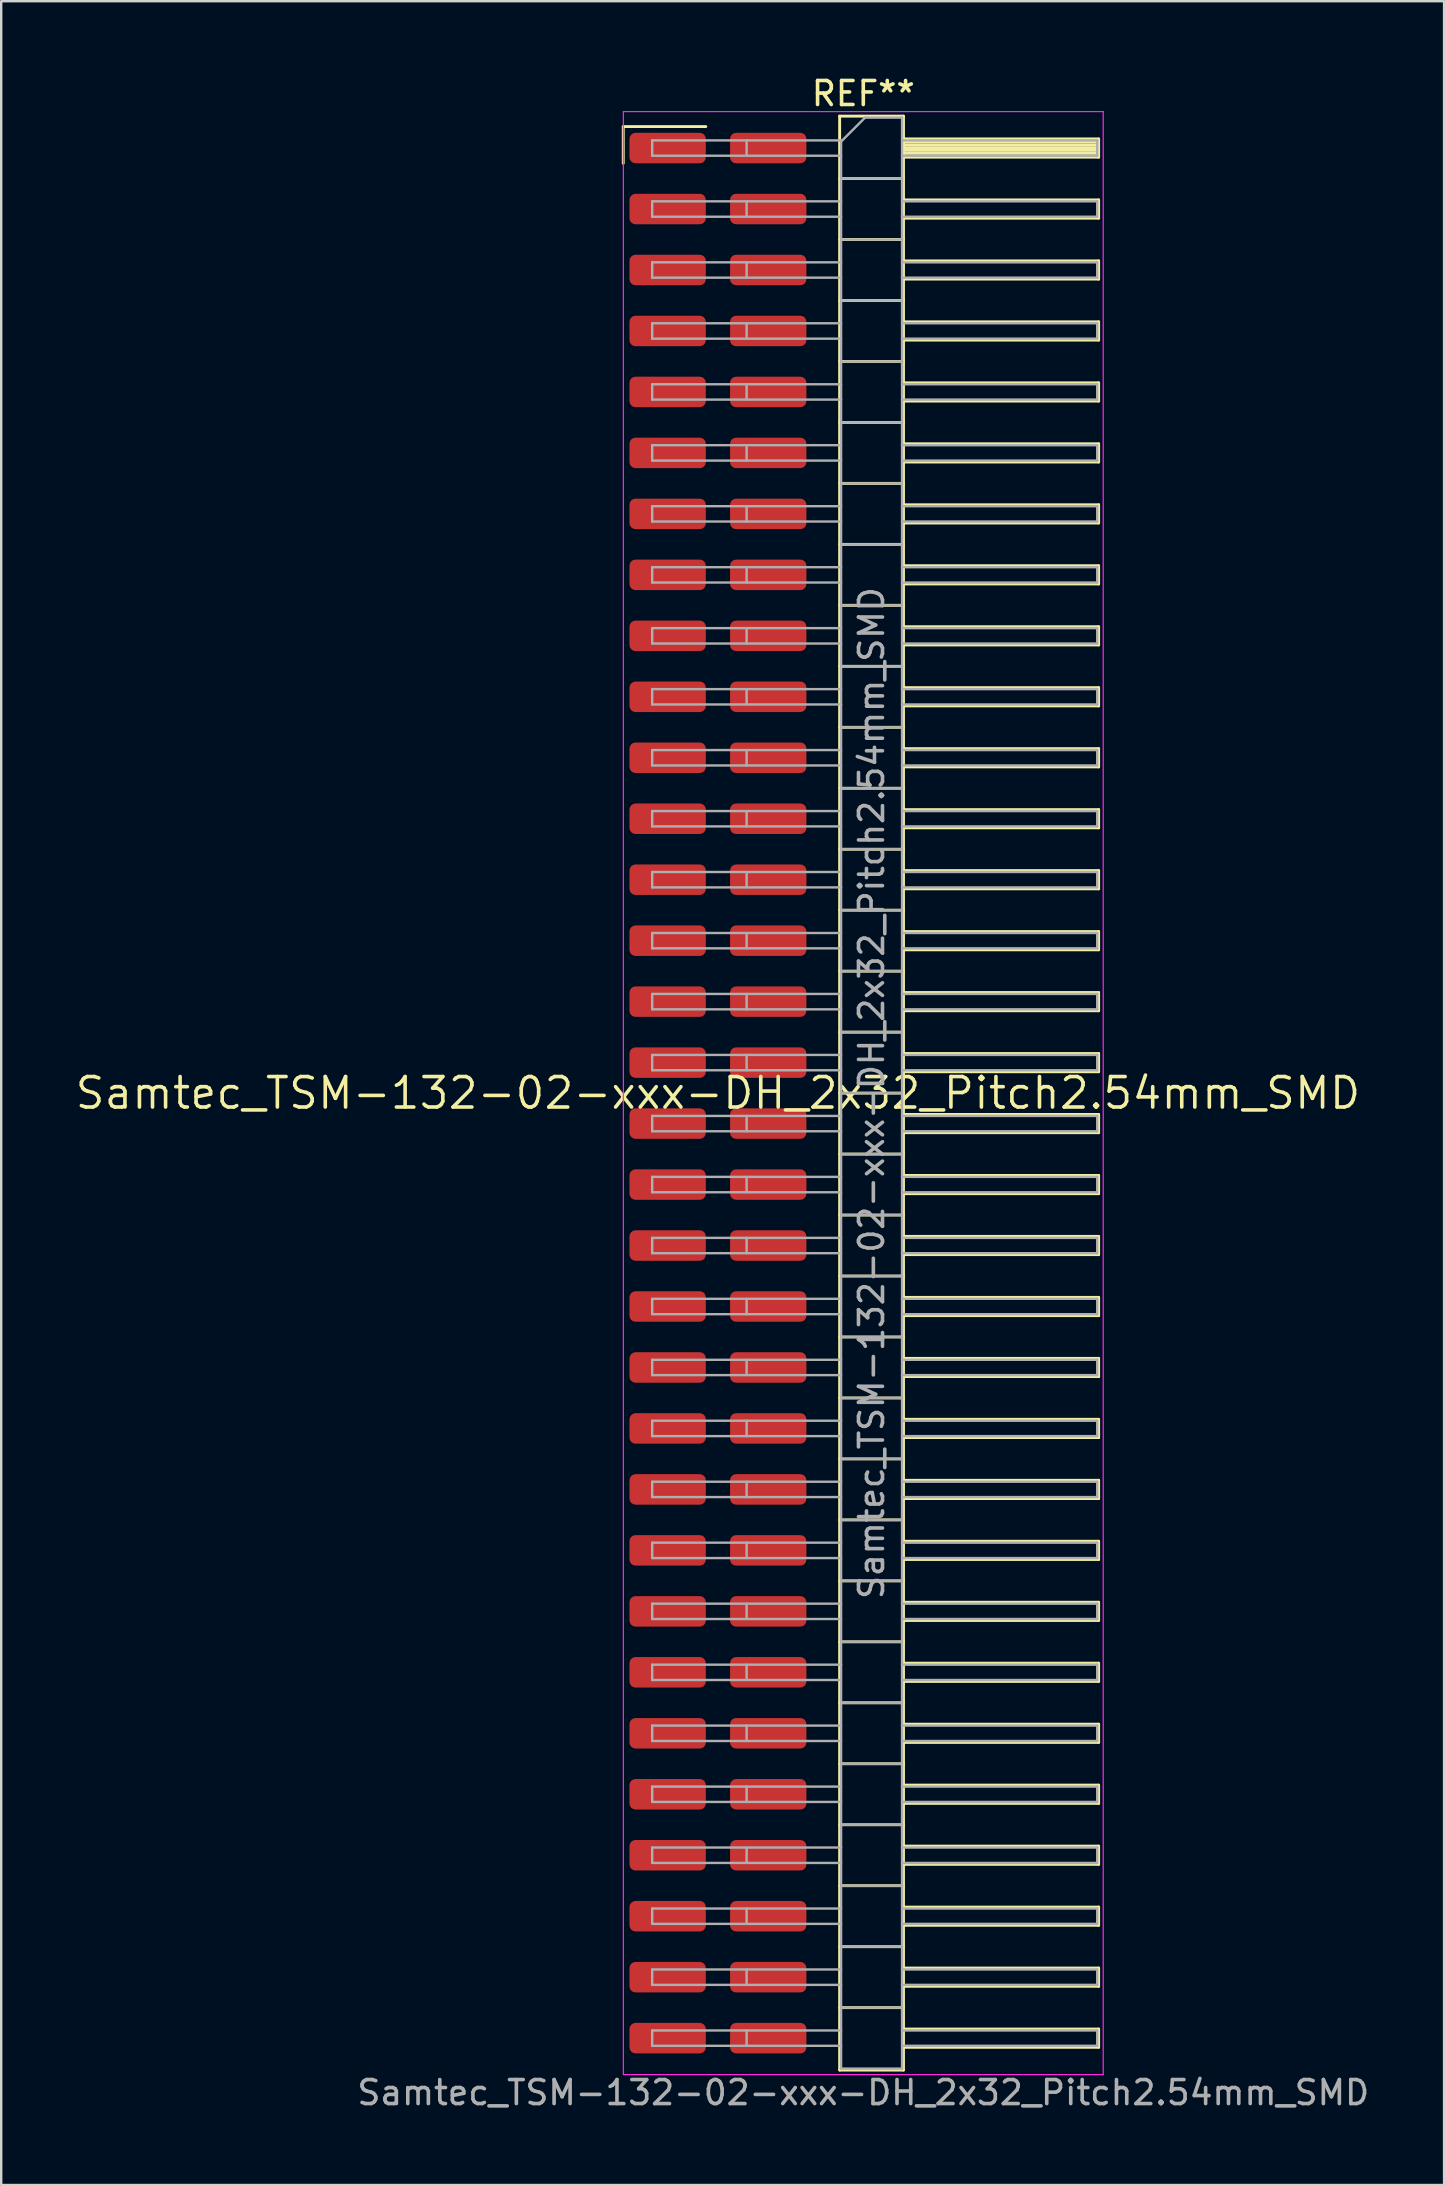
<source format=kicad_pcb>
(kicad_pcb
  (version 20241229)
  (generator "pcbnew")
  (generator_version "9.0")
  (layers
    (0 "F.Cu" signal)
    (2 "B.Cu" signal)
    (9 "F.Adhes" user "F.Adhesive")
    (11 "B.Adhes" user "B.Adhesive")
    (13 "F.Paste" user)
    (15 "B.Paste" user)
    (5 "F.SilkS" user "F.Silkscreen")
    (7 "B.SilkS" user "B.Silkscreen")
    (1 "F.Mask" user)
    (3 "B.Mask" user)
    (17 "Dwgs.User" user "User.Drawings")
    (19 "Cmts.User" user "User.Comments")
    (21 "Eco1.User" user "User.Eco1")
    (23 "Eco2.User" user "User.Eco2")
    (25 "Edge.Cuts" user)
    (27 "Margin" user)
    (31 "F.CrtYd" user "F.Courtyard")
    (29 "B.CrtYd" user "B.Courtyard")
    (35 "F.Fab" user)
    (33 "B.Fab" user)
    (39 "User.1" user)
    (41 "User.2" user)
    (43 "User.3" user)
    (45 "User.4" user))
  (footprint "Samtec_TSM-132-02-xxx-DH_2x32_Pitch2.54mm_SMD"
    (layer "F.Cu")
    (at 26.859 42.488)
    (property "Reference" "Samtec_TSM-132-02-xxx-DH_2x32_Pitch2.54mm_SMD" (at 0 0 0) (layer "F.SilkS") (effects (font (size 1.27 1.27) (thickness 0.15))))
    (attr smd)
    (fp_line (start -3.945 -40.265) (end -0.505 -40.265) (stroke (width 0.12) (type solid)) (layer "F.SilkS"))
    (fp_line (start -3.945 -38.735) (end -3.945 -40.265) (stroke (width 0.12) (type solid)) (layer "F.SilkS"))
    (fp_line (start 5.07 -40.7) (end 7.73 -40.7) (stroke (width 0.12) (type solid)) (layer "F.SilkS"))
    (fp_line (start 5.07 -38.1) (end 7.73 -38.1) (stroke (width 0.12) (type solid)) (layer "F.SilkS"))
    (fp_line (start 5.07 -35.56) (end 7.73 -35.56) (stroke (width 0.12) (type solid)) (layer "F.SilkS"))
    (fp_line (start 5.07 -33.02) (end 7.73 -33.02) (stroke (width 0.12) (type solid)) (layer "F.SilkS"))
    (fp_line (start 5.07 -30.48) (end 7.73 -30.48) (stroke (width 0.12) (type solid)) (layer "F.SilkS"))
    (fp_line (start 5.07 -27.94) (end 7.73 -27.94) (stroke (width 0.12) (type solid)) (layer "F.SilkS"))
    (fp_line (start 5.07 -25.4) (end 7.73 -25.4) (stroke (width 0.12) (type solid)) (layer "F.SilkS"))
    (fp_line (start 5.07 -22.86) (end 7.73 -22.86) (stroke (width 0.12) (type solid)) (layer "F.SilkS"))
    (fp_line (start 5.07 -20.32) (end 7.73 -20.32) (stroke (width 0.12) (type solid)) (layer "F.SilkS"))
    (fp_line (start 5.07 -17.78) (end 7.73 -17.78) (stroke (width 0.12) (type solid)) (layer "F.SilkS"))
    (fp_line (start 5.07 -15.24) (end 7.73 -15.24) (stroke (width 0.12) (type solid)) (layer "F.SilkS"))
    (fp_line (start 5.07 -12.7) (end 7.73 -12.7) (stroke (width 0.12) (type solid)) (layer "F.SilkS"))
    (fp_line (start 5.07 -10.16) (end 7.73 -10.16) (stroke (width 0.12) (type solid)) (layer "F.SilkS"))
    (fp_line (start 5.07 -7.62) (end 7.73 -7.62) (stroke (width 0.12) (type solid)) (layer "F.SilkS"))
    (fp_line (start 5.07 -5.08) (end 7.73 -5.08) (stroke (width 0.12) (type solid)) (layer "F.SilkS"))
    (fp_line (start 5.07 -2.54) (end 7.73 -2.54) (stroke (width 0.12) (type solid)) (layer "F.SilkS"))
    (fp_line (start 5.07 0) (end 7.73 0) (stroke (width 0.12) (type solid)) (layer "F.SilkS"))
    (fp_line (start 5.07 2.54) (end 7.73 2.54) (stroke (width 0.12) (type solid)) (layer "F.SilkS"))
    (fp_line (start 5.07 5.08) (end 7.73 5.08) (stroke (width 0.12) (type solid)) (layer "F.SilkS"))
    (fp_line (start 5.07 7.62) (end 7.73 7.62) (stroke (width 0.12) (type solid)) (layer "F.SilkS"))
    (fp_line (start 5.07 10.16) (end 7.73 10.16) (stroke (width 0.12) (type solid)) (layer "F.SilkS"))
    (fp_line (start 5.07 12.7) (end 7.73 12.7) (stroke (width 0.12) (type solid)) (layer "F.SilkS"))
    (fp_line (start 5.07 15.24) (end 7.73 15.24) (stroke (width 0.12) (type solid)) (layer "F.SilkS"))
    (fp_line (start 5.07 17.78) (end 7.73 17.78) (stroke (width 0.12) (type solid)) (layer "F.SilkS"))
    (fp_line (start 5.07 20.32) (end 7.73 20.32) (stroke (width 0.12) (type solid)) (layer "F.SilkS"))
    (fp_line (start 5.07 22.86) (end 7.73 22.86) (stroke (width 0.12) (type solid)) (layer "F.SilkS"))
    (fp_line (start 5.07 25.4) (end 7.73 25.4) (stroke (width 0.12) (type solid)) (layer "F.SilkS"))
    (fp_line (start 5.07 27.94) (end 7.73 27.94) (stroke (width 0.12) (type solid)) (layer "F.SilkS"))
    (fp_line (start 5.07 30.48) (end 7.73 30.48) (stroke (width 0.12) (type solid)) (layer "F.SilkS"))
    (fp_line (start 5.07 33.02) (end 7.73 33.02) (stroke (width 0.12) (type solid)) (layer "F.SilkS"))
    (fp_line (start 5.07 35.56) (end 7.73 35.56) (stroke (width 0.12) (type solid)) (layer "F.SilkS"))
    (fp_line (start 5.07 38.1) (end 7.73 38.1) (stroke (width 0.12) (type solid)) (layer "F.SilkS"))
    (fp_line (start 5.07 40.7) (end 5.07 -40.7) (stroke (width 0.12) (type solid)) (layer "F.SilkS"))
    (fp_line (start 7.73 -40.7) (end 7.73 40.7) (stroke (width 0.12) (type solid)) (layer "F.SilkS"))
    (fp_line (start 7.73 -39.75) (end 15.86 -39.75) (stroke (width 0.12) (type solid)) (layer "F.SilkS"))
    (fp_line (start 7.73 -39.63) (end 15.86 -39.63) (stroke (width 0.12) (type solid)) (layer "F.SilkS"))
    (fp_line (start 7.73 -39.51) (end 15.86 -39.51) (stroke (width 0.12) (type solid)) (layer "F.SilkS"))
    (fp_line (start 7.73 -39.39) (end 15.86 -39.39) (stroke (width 0.12) (type solid)) (layer "F.SilkS"))
    (fp_line (start 7.73 -39.27) (end 15.86 -39.27) (stroke (width 0.12) (type solid)) (layer "F.SilkS"))
    (fp_line (start 7.73 -39.15) (end 15.86 -39.15) (stroke (width 0.12) (type solid)) (layer "F.SilkS"))
    (fp_line (start 7.73 -39.03) (end 15.86 -39.03) (stroke (width 0.12) (type solid)) (layer "F.SilkS"))
    (fp_line (start 7.73 -38.99) (end 15.86 -38.99) (stroke (width 0.12) (type solid)) (layer "F.SilkS"))
    (fp_line (start 7.73 -37.21) (end 15.86 -37.21) (stroke (width 0.12) (type solid)) (layer "F.SilkS"))
    (fp_line (start 7.73 -36.45) (end 15.86 -36.45) (stroke (width 0.12) (type solid)) (layer "F.SilkS"))
    (fp_line (start 7.73 -34.67) (end 15.86 -34.67) (stroke (width 0.12) (type solid)) (layer "F.SilkS"))
    (fp_line (start 7.73 -33.91) (end 15.86 -33.91) (stroke (width 0.12) (type solid)) (layer "F.SilkS"))
    (fp_line (start 7.73 -32.13) (end 15.86 -32.13) (stroke (width 0.12) (type solid)) (layer "F.SilkS"))
    (fp_line (start 7.73 -31.37) (end 15.86 -31.37) (stroke (width 0.12) (type solid)) (layer "F.SilkS"))
    (fp_line (start 7.73 -29.59) (end 15.86 -29.59) (stroke (width 0.12) (type solid)) (layer "F.SilkS"))
    (fp_line (start 7.73 -28.83) (end 15.86 -28.83) (stroke (width 0.12) (type solid)) (layer "F.SilkS"))
    (fp_line (start 7.73 -27.05) (end 15.86 -27.05) (stroke (width 0.12) (type solid)) (layer "F.SilkS"))
    (fp_line (start 7.73 -26.29) (end 15.86 -26.29) (stroke (width 0.12) (type solid)) (layer "F.SilkS"))
    (fp_line (start 7.73 -24.51) (end 15.86 -24.51) (stroke (width 0.12) (type solid)) (layer "F.SilkS"))
    (fp_line (start 7.73 -23.75) (end 15.86 -23.75) (stroke (width 0.12) (type solid)) (layer "F.SilkS"))
    (fp_line (start 7.73 -21.97) (end 15.86 -21.97) (stroke (width 0.12) (type solid)) (layer "F.SilkS"))
    (fp_line (start 7.73 -21.21) (end 15.86 -21.21) (stroke (width 0.12) (type solid)) (layer "F.SilkS"))
    (fp_line (start 7.73 -19.43) (end 15.86 -19.43) (stroke (width 0.12) (type solid)) (layer "F.SilkS"))
    (fp_line (start 7.73 -18.67) (end 15.86 -18.67) (stroke (width 0.12) (type solid)) (layer "F.SilkS"))
    (fp_line (start 7.73 -16.89) (end 15.86 -16.89) (stroke (width 0.12) (type solid)) (layer "F.SilkS"))
    (fp_line (start 7.73 -16.13) (end 15.86 -16.13) (stroke (width 0.12) (type solid)) (layer "F.SilkS"))
    (fp_line (start 7.73 -14.35) (end 15.86 -14.35) (stroke (width 0.12) (type solid)) (layer "F.SilkS"))
    (fp_line (start 7.73 -13.59) (end 15.86 -13.59) (stroke (width 0.12) (type solid)) (layer "F.SilkS"))
    (fp_line (start 7.73 -11.81) (end 15.86 -11.81) (stroke (width 0.12) (type solid)) (layer "F.SilkS"))
    (fp_line (start 7.73 -11.05) (end 15.86 -11.05) (stroke (width 0.12) (type solid)) (layer "F.SilkS"))
    (fp_line (start 7.73 -9.27) (end 15.86 -9.27) (stroke (width 0.12) (type solid)) (layer "F.SilkS"))
    (fp_line (start 7.73 -8.51) (end 15.86 -8.51) (stroke (width 0.12) (type solid)) (layer "F.SilkS"))
    (fp_line (start 7.73 -6.73) (end 15.86 -6.73) (stroke (width 0.12) (type solid)) (layer "F.SilkS"))
    (fp_line (start 7.73 -5.97) (end 15.86 -5.97) (stroke (width 0.12) (type solid)) (layer "F.SilkS"))
    (fp_line (start 7.73 -4.19) (end 15.86 -4.19) (stroke (width 0.12) (type solid)) (layer "F.SilkS"))
    (fp_line (start 7.73 -3.43) (end 15.86 -3.43) (stroke (width 0.12) (type solid)) (layer "F.SilkS"))
    (fp_line (start 7.73 -1.65) (end 15.86 -1.65) (stroke (width 0.12) (type solid)) (layer "F.SilkS"))
    (fp_line (start 7.73 -0.89) (end 15.86 -0.89) (stroke (width 0.12) (type solid)) (layer "F.SilkS"))
    (fp_line (start 7.73 0.89) (end 15.86 0.89) (stroke (width 0.12) (type solid)) (layer "F.SilkS"))
    (fp_line (start 7.73 1.65) (end 15.86 1.65) (stroke (width 0.12) (type solid)) (layer "F.SilkS"))
    (fp_line (start 7.73 3.43) (end 15.86 3.43) (stroke (width 0.12) (type solid)) (layer "F.SilkS"))
    (fp_line (start 7.73 4.19) (end 15.86 4.19) (stroke (width 0.12) (type solid)) (layer "F.SilkS"))
    (fp_line (start 7.73 5.97) (end 15.86 5.97) (stroke (width 0.12) (type solid)) (layer "F.SilkS"))
    (fp_line (start 7.73 6.73) (end 15.86 6.73) (stroke (width 0.12) (type solid)) (layer "F.SilkS"))
    (fp_line (start 7.73 8.51) (end 15.86 8.51) (stroke (width 0.12) (type solid)) (layer "F.SilkS"))
    (fp_line (start 7.73 9.27) (end 15.86 9.27) (stroke (width 0.12) (type solid)) (layer "F.SilkS"))
    (fp_line (start 7.73 11.05) (end 15.86 11.05) (stroke (width 0.12) (type solid)) (layer "F.SilkS"))
    (fp_line (start 7.73 11.81) (end 15.86 11.81) (stroke (width 0.12) (type solid)) (layer "F.SilkS"))
    (fp_line (start 7.73 13.59) (end 15.86 13.59) (stroke (width 0.12) (type solid)) (layer "F.SilkS"))
    (fp_line (start 7.73 14.35) (end 15.86 14.35) (stroke (width 0.12) (type solid)) (layer "F.SilkS"))
    (fp_line (start 7.73 16.13) (end 15.86 16.13) (stroke (width 0.12) (type solid)) (layer "F.SilkS"))
    (fp_line (start 7.73 16.89) (end 15.86 16.89) (stroke (width 0.12) (type solid)) (layer "F.SilkS"))
    (fp_line (start 7.73 18.67) (end 15.86 18.67) (stroke (width 0.12) (type solid)) (layer "F.SilkS"))
    (fp_line (start 7.73 19.43) (end 15.86 19.43) (stroke (width 0.12) (type solid)) (layer "F.SilkS"))
    (fp_line (start 7.73 21.21) (end 15.86 21.21) (stroke (width 0.12) (type solid)) (layer "F.SilkS"))
    (fp_line (start 7.73 21.97) (end 15.86 21.97) (stroke (width 0.12) (type solid)) (layer "F.SilkS"))
    (fp_line (start 7.73 23.75) (end 15.86 23.75) (stroke (width 0.12) (type solid)) (layer "F.SilkS"))
    (fp_line (start 7.73 24.51) (end 15.86 24.51) (stroke (width 0.12) (type solid)) (layer "F.SilkS"))
    (fp_line (start 7.73 26.29) (end 15.86 26.29) (stroke (width 0.12) (type solid)) (layer "F.SilkS"))
    (fp_line (start 7.73 27.05) (end 15.86 27.05) (stroke (width 0.12) (type solid)) (layer "F.SilkS"))
    (fp_line (start 7.73 28.83) (end 15.86 28.83) (stroke (width 0.12) (type solid)) (layer "F.SilkS"))
    (fp_line (start 7.73 29.59) (end 15.86 29.59) (stroke (width 0.12) (type solid)) (layer "F.SilkS"))
    (fp_line (start 7.73 31.37) (end 15.86 31.37) (stroke (width 0.12) (type solid)) (layer "F.SilkS"))
    (fp_line (start 7.73 32.13) (end 15.86 32.13) (stroke (width 0.12) (type solid)) (layer "F.SilkS"))
    (fp_line (start 7.73 33.91) (end 15.86 33.91) (stroke (width 0.12) (type solid)) (layer "F.SilkS"))
    (fp_line (start 7.73 34.67) (end 15.86 34.67) (stroke (width 0.12) (type solid)) (layer "F.SilkS"))
    (fp_line (start 7.73 36.45) (end 15.86 36.45) (stroke (width 0.12) (type solid)) (layer "F.SilkS"))
    (fp_line (start 7.73 37.21) (end 15.86 37.21) (stroke (width 0.12) (type solid)) (layer "F.SilkS"))
    (fp_line (start 7.73 38.99) (end 15.86 38.99) (stroke (width 0.12) (type solid)) (layer "F.SilkS"))
    (fp_line (start 7.73 39.75) (end 15.86 39.75) (stroke (width 0.12) (type solid)) (layer "F.SilkS"))
    (fp_line (start 7.73 40.7) (end 5.07 40.7) (stroke (width 0.12) (type solid)) (layer "F.SilkS"))
    (fp_line (start 15.86 -39.75) (end 15.86 -38.99) (stroke (width 0.12) (type solid)) (layer "F.SilkS"))
    (fp_line (start 15.86 -37.21) (end 15.86 -36.45) (stroke (width 0.12) (type solid)) (layer "F.SilkS"))
    (fp_line (start 15.86 -34.67) (end 15.86 -33.91) (stroke (width 0.12) (type solid)) (layer "F.SilkS"))
    (fp_line (start 15.86 -32.13) (end 15.86 -31.37) (stroke (width 0.12) (type solid)) (layer "F.SilkS"))
    (fp_line (start 15.86 -29.59) (end 15.86 -28.83) (stroke (width 0.12) (type solid)) (layer "F.SilkS"))
    (fp_line (start 15.86 -27.05) (end 15.86 -26.29) (stroke (width 0.12) (type solid)) (layer "F.SilkS"))
    (fp_line (start 15.86 -24.51) (end 15.86 -23.75) (stroke (width 0.12) (type solid)) (layer "F.SilkS"))
    (fp_line (start 15.86 -21.97) (end 15.86 -21.21) (stroke (width 0.12) (type solid)) (layer "F.SilkS"))
    (fp_line (start 15.86 -19.43) (end 15.86 -18.67) (stroke (width 0.12) (type solid)) (layer "F.SilkS"))
    (fp_line (start 15.86 -16.89) (end 15.86 -16.13) (stroke (width 0.12) (type solid)) (layer "F.SilkS"))
    (fp_line (start 15.86 -14.35) (end 15.86 -13.59) (stroke (width 0.12) (type solid)) (layer "F.SilkS"))
    (fp_line (start 15.86 -11.81) (end 15.86 -11.05) (stroke (width 0.12) (type solid)) (layer "F.SilkS"))
    (fp_line (start 15.86 -9.27) (end 15.86 -8.51) (stroke (width 0.12) (type solid)) (layer "F.SilkS"))
    (fp_line (start 15.86 -6.73) (end 15.86 -5.97) (stroke (width 0.12) (type solid)) (layer "F.SilkS"))
    (fp_line (start 15.86 -4.19) (end 15.86 -3.43) (stroke (width 0.12) (type solid)) (layer "F.SilkS"))
    (fp_line (start 15.86 -1.65) (end 15.86 -0.89) (stroke (width 0.12) (type solid)) (layer "F.SilkS"))
    (fp_line (start 15.86 0.89) (end 15.86 1.65) (stroke (width 0.12) (type solid)) (layer "F.SilkS"))
    (fp_line (start 15.86 3.43) (end 15.86 4.19) (stroke (width 0.12) (type solid)) (layer "F.SilkS"))
    (fp_line (start 15.86 5.97) (end 15.86 6.73) (stroke (width 0.12) (type solid)) (layer "F.SilkS"))
    (fp_line (start 15.86 8.51) (end 15.86 9.27) (stroke (width 0.12) (type solid)) (layer "F.SilkS"))
    (fp_line (start 15.86 11.05) (end 15.86 11.81) (stroke (width 0.12) (type solid)) (layer "F.SilkS"))
    (fp_line (start 15.86 13.59) (end 15.86 14.35) (stroke (width 0.12) (type solid)) (layer "F.SilkS"))
    (fp_line (start 15.86 16.13) (end 15.86 16.89) (stroke (width 0.12) (type solid)) (layer "F.SilkS"))
    (fp_line (start 15.86 18.67) (end 15.86 19.43) (stroke (width 0.12) (type solid)) (layer "F.SilkS"))
    (fp_line (start 15.86 21.21) (end 15.86 21.97) (stroke (width 0.12) (type solid)) (layer "F.SilkS"))
    (fp_line (start 15.86 23.75) (end 15.86 24.51) (stroke (width 0.12) (type solid)) (layer "F.SilkS"))
    (fp_line (start 15.86 26.29) (end 15.86 27.05) (stroke (width 0.12) (type solid)) (layer "F.SilkS"))
    (fp_line (start 15.86 28.83) (end 15.86 29.59) (stroke (width 0.12) (type solid)) (layer "F.SilkS"))
    (fp_line (start 15.86 31.37) (end 15.86 32.13) (stroke (width 0.12) (type solid)) (layer "F.SilkS"))
    (fp_line (start 15.86 33.91) (end 15.86 34.67) (stroke (width 0.12) (type solid)) (layer "F.SilkS"))
    (fp_line (start 15.86 36.45) (end 15.86 37.21) (stroke (width 0.12) (type solid)) (layer "F.SilkS"))
    (fp_line (start 15.86 38.99) (end 15.86 39.75) (stroke (width 0.12) (type solid)) (layer "F.SilkS"))
    (fp_line (start -3.94 -40.89) (end 16.05 -40.89) (stroke (width 0.05) (type solid)) (layer "F.CrtYd"))
    (fp_line (start -3.94 40.89) (end -3.94 -40.89) (stroke (width 0.05) (type solid)) (layer "F.CrtYd"))
    (fp_line (start 16.05 -40.89) (end 16.05 40.89) (stroke (width 0.05) (type solid)) (layer "F.CrtYd"))
    (fp_line (start 16.05 40.89) (end -3.94 40.89) (stroke (width 0.05) (type solid)) (layer "F.CrtYd"))
    (fp_line (start -2.74 -39.69) (end -2.74 -39.05) (stroke (width 0.1) (type solid)) (layer "F.Fab"))
    (fp_line (start -2.74 -39.69) (end 5.13 -39.69) (stroke (width 0.1) (type solid)) (layer "F.Fab"))
    (fp_line (start -2.74 -39.05) (end 5.13 -39.05) (stroke (width 0.1) (type solid)) (layer "F.Fab"))
    (fp_line (start -2.74 -37.15) (end -2.74 -36.51) (stroke (width 0.1) (type solid)) (layer "F.Fab"))
    (fp_line (start -2.74 -37.15) (end 5.13 -37.15) (stroke (width 0.1) (type solid)) (layer "F.Fab"))
    (fp_line (start -2.74 -36.51) (end 5.13 -36.51) (stroke (width 0.1) (type solid)) (layer "F.Fab"))
    (fp_line (start -2.74 -34.61) (end -2.74 -33.97) (stroke (width 0.1) (type solid)) (layer "F.Fab"))
    (fp_line (start -2.74 -34.61) (end 5.13 -34.61) (stroke (width 0.1) (type solid)) (layer "F.Fab"))
    (fp_line (start -2.74 -33.97) (end 5.13 -33.97) (stroke (width 0.1) (type solid)) (layer "F.Fab"))
    (fp_line (start -2.74 -32.07) (end -2.74 -31.43) (stroke (width 0.1) (type solid)) (layer "F.Fab"))
    (fp_line (start -2.74 -32.07) (end 5.13 -32.07) (stroke (width 0.1) (type solid)) (layer "F.Fab"))
    (fp_line (start -2.74 -31.43) (end 5.13 -31.43) (stroke (width 0.1) (type solid)) (layer "F.Fab"))
    (fp_line (start -2.74 -29.53) (end -2.74 -28.89) (stroke (width 0.1) (type solid)) (layer "F.Fab"))
    (fp_line (start -2.74 -29.53) (end 5.13 -29.53) (stroke (width 0.1) (type solid)) (layer "F.Fab"))
    (fp_line (start -2.74 -28.89) (end 5.13 -28.89) (stroke (width 0.1) (type solid)) (layer "F.Fab"))
    (fp_line (start -2.74 -26.99) (end -2.74 -26.35) (stroke (width 0.1) (type solid)) (layer "F.Fab"))
    (fp_line (start -2.74 -26.99) (end 5.13 -26.99) (stroke (width 0.1) (type solid)) (layer "F.Fab"))
    (fp_line (start -2.74 -26.35) (end 5.13 -26.35) (stroke (width 0.1) (type solid)) (layer "F.Fab"))
    (fp_line (start -2.74 -24.45) (end -2.74 -23.81) (stroke (width 0.1) (type solid)) (layer "F.Fab"))
    (fp_line (start -2.74 -24.45) (end 5.13 -24.45) (stroke (width 0.1) (type solid)) (layer "F.Fab"))
    (fp_line (start -2.74 -23.81) (end 5.13 -23.81) (stroke (width 0.1) (type solid)) (layer "F.Fab"))
    (fp_line (start -2.74 -21.91) (end -2.74 -21.27) (stroke (width 0.1) (type solid)) (layer "F.Fab"))
    (fp_line (start -2.74 -21.91) (end 5.13 -21.91) (stroke (width 0.1) (type solid)) (layer "F.Fab"))
    (fp_line (start -2.74 -21.27) (end 5.13 -21.27) (stroke (width 0.1) (type solid)) (layer "F.Fab"))
    (fp_line (start -2.74 -19.37) (end -2.74 -18.73) (stroke (width 0.1) (type solid)) (layer "F.Fab"))
    (fp_line (start -2.74 -19.37) (end 5.13 -19.37) (stroke (width 0.1) (type solid)) (layer "F.Fab"))
    (fp_line (start -2.74 -18.73) (end 5.13 -18.73) (stroke (width 0.1) (type solid)) (layer "F.Fab"))
    (fp_line (start -2.74 -16.83) (end -2.74 -16.19) (stroke (width 0.1) (type solid)) (layer "F.Fab"))
    (fp_line (start -2.74 -16.83) (end 5.13 -16.83) (stroke (width 0.1) (type solid)) (layer "F.Fab"))
    (fp_line (start -2.74 -16.19) (end 5.13 -16.19) (stroke (width 0.1) (type solid)) (layer "F.Fab"))
    (fp_line (start -2.74 -14.29) (end -2.74 -13.65) (stroke (width 0.1) (type solid)) (layer "F.Fab"))
    (fp_line (start -2.74 -14.29) (end 5.13 -14.29) (stroke (width 0.1) (type solid)) (layer "F.Fab"))
    (fp_line (start -2.74 -13.65) (end 5.13 -13.65) (stroke (width 0.1) (type solid)) (layer "F.Fab"))
    (fp_line (start -2.74 -11.75) (end -2.74 -11.11) (stroke (width 0.1) (type solid)) (layer "F.Fab"))
    (fp_line (start -2.74 -11.75) (end 5.13 -11.75) (stroke (width 0.1) (type solid)) (layer "F.Fab"))
    (fp_line (start -2.74 -11.11) (end 5.13 -11.11) (stroke (width 0.1) (type solid)) (layer "F.Fab"))
    (fp_line (start -2.74 -9.21) (end -2.74 -8.57) (stroke (width 0.1) (type solid)) (layer "F.Fab"))
    (fp_line (start -2.74 -9.21) (end 5.13 -9.21) (stroke (width 0.1) (type solid)) (layer "F.Fab"))
    (fp_line (start -2.74 -8.57) (end 5.13 -8.57) (stroke (width 0.1) (type solid)) (layer "F.Fab"))
    (fp_line (start -2.74 -6.67) (end -2.74 -6.03) (stroke (width 0.1) (type solid)) (layer "F.Fab"))
    (fp_line (start -2.74 -6.67) (end 5.13 -6.67) (stroke (width 0.1) (type solid)) (layer "F.Fab"))
    (fp_line (start -2.74 -6.03) (end 5.13 -6.03) (stroke (width 0.1) (type solid)) (layer "F.Fab"))
    (fp_line (start -2.74 -4.13) (end -2.74 -3.49) (stroke (width 0.1) (type solid)) (layer "F.Fab"))
    (fp_line (start -2.74 -4.13) (end 5.13 -4.13) (stroke (width 0.1) (type solid)) (layer "F.Fab"))
    (fp_line (start -2.74 -3.49) (end 5.13 -3.49) (stroke (width 0.1) (type solid)) (layer "F.Fab"))
    (fp_line (start -2.74 -1.59) (end -2.74 -0.95) (stroke (width 0.1) (type solid)) (layer "F.Fab"))
    (fp_line (start -2.74 -1.59) (end 5.13 -1.59) (stroke (width 0.1) (type solid)) (layer "F.Fab"))
    (fp_line (start -2.74 -0.95) (end 5.13 -0.95) (stroke (width 0.1) (type solid)) (layer "F.Fab"))
    (fp_line (start -2.74 0.95) (end -2.74 1.59) (stroke (width 0.1) (type solid)) (layer "F.Fab"))
    (fp_line (start -2.74 0.95) (end 5.13 0.95) (stroke (width 0.1) (type solid)) (layer "F.Fab"))
    (fp_line (start -2.74 1.59) (end 5.13 1.59) (stroke (width 0.1) (type solid)) (layer "F.Fab"))
    (fp_line (start -2.74 3.49) (end -2.74 4.13) (stroke (width 0.1) (type solid)) (layer "F.Fab"))
    (fp_line (start -2.74 3.49) (end 5.13 3.49) (stroke (width 0.1) (type solid)) (layer "F.Fab"))
    (fp_line (start -2.74 4.13) (end 5.13 4.13) (stroke (width 0.1) (type solid)) (layer "F.Fab"))
    (fp_line (start -2.74 6.03) (end -2.74 6.67) (stroke (width 0.1) (type solid)) (layer "F.Fab"))
    (fp_line (start -2.74 6.03) (end 5.13 6.03) (stroke (width 0.1) (type solid)) (layer "F.Fab"))
    (fp_line (start -2.74 6.67) (end 5.13 6.67) (stroke (width 0.1) (type solid)) (layer "F.Fab"))
    (fp_line (start -2.74 8.57) (end -2.74 9.21) (stroke (width 0.1) (type solid)) (layer "F.Fab"))
    (fp_line (start -2.74 8.57) (end 5.13 8.57) (stroke (width 0.1) (type solid)) (layer "F.Fab"))
    (fp_line (start -2.74 9.21) (end 5.13 9.21) (stroke (width 0.1) (type solid)) (layer "F.Fab"))
    (fp_line (start -2.74 11.11) (end -2.74 11.75) (stroke (width 0.1) (type solid)) (layer "F.Fab"))
    (fp_line (start -2.74 11.11) (end 5.13 11.11) (stroke (width 0.1) (type solid)) (layer "F.Fab"))
    (fp_line (start -2.74 11.75) (end 5.13 11.75) (stroke (width 0.1) (type solid)) (layer "F.Fab"))
    (fp_line (start -2.74 13.65) (end -2.74 14.29) (stroke (width 0.1) (type solid)) (layer "F.Fab"))
    (fp_line (start -2.74 13.65) (end 5.13 13.65) (stroke (width 0.1) (type solid)) (layer "F.Fab"))
    (fp_line (start -2.74 14.29) (end 5.13 14.29) (stroke (width 0.1) (type solid)) (layer "F.Fab"))
    (fp_line (start -2.74 16.19) (end -2.74 16.83) (stroke (width 0.1) (type solid)) (layer "F.Fab"))
    (fp_line (start -2.74 16.19) (end 5.13 16.19) (stroke (width 0.1) (type solid)) (layer "F.Fab"))
    (fp_line (start -2.74 16.83) (end 5.13 16.83) (stroke (width 0.1) (type solid)) (layer "F.Fab"))
    (fp_line (start -2.74 18.73) (end -2.74 19.37) (stroke (width 0.1) (type solid)) (layer "F.Fab"))
    (fp_line (start -2.74 18.73) (end 5.13 18.73) (stroke (width 0.1) (type solid)) (layer "F.Fab"))
    (fp_line (start -2.74 19.37) (end 5.13 19.37) (stroke (width 0.1) (type solid)) (layer "F.Fab"))
    (fp_line (start -2.74 21.27) (end -2.74 21.91) (stroke (width 0.1) (type solid)) (layer "F.Fab"))
    (fp_line (start -2.74 21.27) (end 5.13 21.27) (stroke (width 0.1) (type solid)) (layer "F.Fab"))
    (fp_line (start -2.74 21.91) (end 5.13 21.91) (stroke (width 0.1) (type solid)) (layer "F.Fab"))
    (fp_line (start -2.74 23.81) (end -2.74 24.45) (stroke (width 0.1) (type solid)) (layer "F.Fab"))
    (fp_line (start -2.74 23.81) (end 5.13 23.81) (stroke (width 0.1) (type solid)) (layer "F.Fab"))
    (fp_line (start -2.74 24.45) (end 5.13 24.45) (stroke (width 0.1) (type solid)) (layer "F.Fab"))
    (fp_line (start -2.74 26.35) (end -2.74 26.99) (stroke (width 0.1) (type solid)) (layer "F.Fab"))
    (fp_line (start -2.74 26.35) (end 5.13 26.35) (stroke (width 0.1) (type solid)) (layer "F.Fab"))
    (fp_line (start -2.74 26.99) (end 5.13 26.99) (stroke (width 0.1) (type solid)) (layer "F.Fab"))
    (fp_line (start -2.74 28.89) (end -2.74 29.53) (stroke (width 0.1) (type solid)) (layer "F.Fab"))
    (fp_line (start -2.74 28.89) (end 5.13 28.89) (stroke (width 0.1) (type solid)) (layer "F.Fab"))
    (fp_line (start -2.74 29.53) (end 5.13 29.53) (stroke (width 0.1) (type solid)) (layer "F.Fab"))
    (fp_line (start -2.74 31.43) (end -2.74 32.07) (stroke (width 0.1) (type solid)) (layer "F.Fab"))
    (fp_line (start -2.74 31.43) (end 5.13 31.43) (stroke (width 0.1) (type solid)) (layer "F.Fab"))
    (fp_line (start -2.74 32.07) (end 5.13 32.07) (stroke (width 0.1) (type solid)) (layer "F.Fab"))
    (fp_line (start -2.74 33.97) (end -2.74 34.61) (stroke (width 0.1) (type solid)) (layer "F.Fab"))
    (fp_line (start -2.74 33.97) (end 5.13 33.97) (stroke (width 0.1) (type solid)) (layer "F.Fab"))
    (fp_line (start -2.74 34.61) (end 5.13 34.61) (stroke (width 0.1) (type solid)) (layer "F.Fab"))
    (fp_line (start -2.74 36.51) (end -2.74 37.15) (stroke (width 0.1) (type solid)) (layer "F.Fab"))
    (fp_line (start -2.74 36.51) (end 5.13 36.51) (stroke (width 0.1) (type solid)) (layer "F.Fab"))
    (fp_line (start -2.74 37.15) (end 5.13 37.15) (stroke (width 0.1) (type solid)) (layer "F.Fab"))
    (fp_line (start -2.74 39.05) (end -2.74 39.69) (stroke (width 0.1) (type solid)) (layer "F.Fab"))
    (fp_line (start -2.74 39.05) (end 5.13 39.05) (stroke (width 0.1) (type solid)) (layer "F.Fab"))
    (fp_line (start -2.74 39.69) (end 5.13 39.69) (stroke (width 0.1) (type solid)) (layer "F.Fab"))
    (fp_line (start 1.195 -39.69) (end 1.195 -39.05) (stroke (width 0.1) (type solid)) (layer "F.Fab"))
    (fp_line (start 1.195 -37.15) (end 1.195 -36.51) (stroke (width 0.1) (type solid)) (layer "F.Fab"))
    (fp_line (start 1.195 -34.61) (end 1.195 -33.97) (stroke (width 0.1) (type solid)) (layer "F.Fab"))
    (fp_line (start 1.195 -32.07) (end 1.195 -31.43) (stroke (width 0.1) (type solid)) (layer "F.Fab"))
    (fp_line (start 1.195 -29.53) (end 1.195 -28.89) (stroke (width 0.1) (type solid)) (layer "F.Fab"))
    (fp_line (start 1.195 -26.99) (end 1.195 -26.35) (stroke (width 0.1) (type solid)) (layer "F.Fab"))
    (fp_line (start 1.195 -24.45) (end 1.195 -23.81) (stroke (width 0.1) (type solid)) (layer "F.Fab"))
    (fp_line (start 1.195 -21.91) (end 1.195 -21.27) (stroke (width 0.1) (type solid)) (layer "F.Fab"))
    (fp_line (start 1.195 -19.37) (end 1.195 -18.73) (stroke (width 0.1) (type solid)) (layer "F.Fab"))
    (fp_line (start 1.195 -16.83) (end 1.195 -16.19) (stroke (width 0.1) (type solid)) (layer "F.Fab"))
    (fp_line (start 1.195 -14.29) (end 1.195 -13.65) (stroke (width 0.1) (type solid)) (layer "F.Fab"))
    (fp_line (start 1.195 -11.75) (end 1.195 -11.11) (stroke (width 0.1) (type solid)) (layer "F.Fab"))
    (fp_line (start 1.195 -9.21) (end 1.195 -8.57) (stroke (width 0.1) (type solid)) (layer "F.Fab"))
    (fp_line (start 1.195 -6.67) (end 1.195 -6.03) (stroke (width 0.1) (type solid)) (layer "F.Fab"))
    (fp_line (start 1.195 -4.13) (end 1.195 -3.49) (stroke (width 0.1) (type solid)) (layer "F.Fab"))
    (fp_line (start 1.195 -1.59) (end 1.195 -0.95) (stroke (width 0.1) (type solid)) (layer "F.Fab"))
    (fp_line (start 1.195 0.95) (end 1.195 1.59) (stroke (width 0.1) (type solid)) (layer "F.Fab"))
    (fp_line (start 1.195 3.49) (end 1.195 4.13) (stroke (width 0.1) (type solid)) (layer "F.Fab"))
    (fp_line (start 1.195 6.03) (end 1.195 6.67) (stroke (width 0.1) (type solid)) (layer "F.Fab"))
    (fp_line (start 1.195 8.57) (end 1.195 9.21) (stroke (width 0.1) (type solid)) (layer "F.Fab"))
    (fp_line (start 1.195 11.11) (end 1.195 11.75) (stroke (width 0.1) (type solid)) (layer "F.Fab"))
    (fp_line (start 1.195 13.65) (end 1.195 14.29) (stroke (width 0.1) (type solid)) (layer "F.Fab"))
    (fp_line (start 1.195 16.19) (end 1.195 16.83) (stroke (width 0.1) (type solid)) (layer "F.Fab"))
    (fp_line (start 1.195 18.73) (end 1.195 19.37) (stroke (width 0.1) (type solid)) (layer "F.Fab"))
    (fp_line (start 1.195 21.27) (end 1.195 21.91) (stroke (width 0.1) (type solid)) (layer "F.Fab"))
    (fp_line (start 1.195 23.81) (end 1.195 24.45) (stroke (width 0.1) (type solid)) (layer "F.Fab"))
    (fp_line (start 1.195 26.35) (end 1.195 26.99) (stroke (width 0.1) (type solid)) (layer "F.Fab"))
    (fp_line (start 1.195 28.89) (end 1.195 29.53) (stroke (width 0.1) (type solid)) (layer "F.Fab"))
    (fp_line (start 1.195 31.43) (end 1.195 32.07) (stroke (width 0.1) (type solid)) (layer "F.Fab"))
    (fp_line (start 1.195 33.97) (end 1.195 34.61) (stroke (width 0.1) (type solid)) (layer "F.Fab"))
    (fp_line (start 1.195 36.51) (end 1.195 37.15) (stroke (width 0.1) (type solid)) (layer "F.Fab"))
    (fp_line (start 1.195 39.05) (end 1.195 39.69) (stroke (width 0.1) (type solid)) (layer "F.Fab"))
    (fp_line (start 5.13 -39.64) (end 6.13 -40.64) (stroke (width 0.1) (type solid)) (layer "F.Fab"))
    (fp_line (start 5.13 -38.1) (end 7.67 -38.1) (stroke (width 0.1) (type solid)) (layer "F.Fab"))
    (fp_line (start 5.13 -35.56) (end 7.67 -35.56) (stroke (width 0.1) (type solid)) (layer "F.Fab"))
    (fp_line (start 5.13 -33.02) (end 7.67 -33.02) (stroke (width 0.1) (type solid)) (layer "F.Fab"))
    (fp_line (start 5.13 -30.48) (end 7.67 -30.48) (stroke (width 0.1) (type solid)) (layer "F.Fab"))
    (fp_line (start 5.13 -27.94) (end 7.67 -27.94) (stroke (width 0.1) (type solid)) (layer "F.Fab"))
    (fp_line (start 5.13 -25.4) (end 7.67 -25.4) (stroke (width 0.1) (type solid)) (layer "F.Fab"))
    (fp_line (start 5.13 -22.86) (end 7.67 -22.86) (stroke (width 0.1) (type solid)) (layer "F.Fab"))
    (fp_line (start 5.13 -20.32) (end 7.67 -20.32) (stroke (width 0.1) (type solid)) (layer "F.Fab"))
    (fp_line (start 5.13 -17.78) (end 7.67 -17.78) (stroke (width 0.1) (type solid)) (layer "F.Fab"))
    (fp_line (start 5.13 -15.24) (end 7.67 -15.24) (stroke (width 0.1) (type solid)) (layer "F.Fab"))
    (fp_line (start 5.13 -12.7) (end 7.67 -12.7) (stroke (width 0.1) (type solid)) (layer "F.Fab"))
    (fp_line (start 5.13 -10.16) (end 7.67 -10.16) (stroke (width 0.1) (type solid)) (layer "F.Fab"))
    (fp_line (start 5.13 -7.62) (end 7.67 -7.62) (stroke (width 0.1) (type solid)) (layer "F.Fab"))
    (fp_line (start 5.13 -5.08) (end 7.67 -5.08) (stroke (width 0.1) (type solid)) (layer "F.Fab"))
    (fp_line (start 5.13 -2.54) (end 7.67 -2.54) (stroke (width 0.1) (type solid)) (layer "F.Fab"))
    (fp_line (start 5.13 0) (end 7.67 0) (stroke (width 0.1) (type solid)) (layer "F.Fab"))
    (fp_line (start 5.13 2.54) (end 7.67 2.54) (stroke (width 0.1) (type solid)) (layer "F.Fab"))
    (fp_line (start 5.13 5.08) (end 7.67 5.08) (stroke (width 0.1) (type solid)) (layer "F.Fab"))
    (fp_line (start 5.13 7.62) (end 7.67 7.62) (stroke (width 0.1) (type solid)) (layer "F.Fab"))
    (fp_line (start 5.13 10.16) (end 7.67 10.16) (stroke (width 0.1) (type solid)) (layer "F.Fab"))
    (fp_line (start 5.13 12.7) (end 7.67 12.7) (stroke (width 0.1) (type solid)) (layer "F.Fab"))
    (fp_line (start 5.13 15.24) (end 7.67 15.24) (stroke (width 0.1) (type solid)) (layer "F.Fab"))
    (fp_line (start 5.13 17.78) (end 7.67 17.78) (stroke (width 0.1) (type solid)) (layer "F.Fab"))
    (fp_line (start 5.13 20.32) (end 7.67 20.32) (stroke (width 0.1) (type solid)) (layer "F.Fab"))
    (fp_line (start 5.13 22.86) (end 7.67 22.86) (stroke (width 0.1) (type solid)) (layer "F.Fab"))
    (fp_line (start 5.13 25.4) (end 7.67 25.4) (stroke (width 0.1) (type solid)) (layer "F.Fab"))
    (fp_line (start 5.13 27.94) (end 7.67 27.94) (stroke (width 0.1) (type solid)) (layer "F.Fab"))
    (fp_line (start 5.13 30.48) (end 7.67 30.48) (stroke (width 0.1) (type solid)) (layer "F.Fab"))
    (fp_line (start 5.13 33.02) (end 7.67 33.02) (stroke (width 0.1) (type solid)) (layer "F.Fab"))
    (fp_line (start 5.13 35.56) (end 7.67 35.56) (stroke (width 0.1) (type solid)) (layer "F.Fab"))
    (fp_line (start 5.13 38.1) (end 7.67 38.1) (stroke (width 0.1) (type solid)) (layer "F.Fab"))
    (fp_line (start 5.13 40.64) (end 5.13 -39.64) (stroke (width 0.1) (type solid)) (layer "F.Fab"))
    (fp_line (start 6.13 -40.64) (end 7.67 -40.64) (stroke (width 0.1) (type solid)) (layer "F.Fab"))
    (fp_line (start 7.67 -40.64) (end 7.67 40.64) (stroke (width 0.1) (type solid)) (layer "F.Fab"))
    (fp_line (start 7.67 -39.69) (end 15.8 -39.69) (stroke (width 0.1) (type solid)) (layer "F.Fab"))
    (fp_line (start 7.67 -39.05) (end 15.8 -39.05) (stroke (width 0.1) (type solid)) (layer "F.Fab"))
    (fp_line (start 7.67 -37.15) (end 15.8 -37.15) (stroke (width 0.1) (type solid)) (layer "F.Fab"))
    (fp_line (start 7.67 -36.51) (end 15.8 -36.51) (stroke (width 0.1) (type solid)) (layer "F.Fab"))
    (fp_line (start 7.67 -34.61) (end 15.8 -34.61) (stroke (width 0.1) (type solid)) (layer "F.Fab"))
    (fp_line (start 7.67 -33.97) (end 15.8 -33.97) (stroke (width 0.1) (type solid)) (layer "F.Fab"))
    (fp_line (start 7.67 -32.07) (end 15.8 -32.07) (stroke (width 0.1) (type solid)) (layer "F.Fab"))
    (fp_line (start 7.67 -31.43) (end 15.8 -31.43) (stroke (width 0.1) (type solid)) (layer "F.Fab"))
    (fp_line (start 7.67 -29.53) (end 15.8 -29.53) (stroke (width 0.1) (type solid)) (layer "F.Fab"))
    (fp_line (start 7.67 -28.89) (end 15.8 -28.89) (stroke (width 0.1) (type solid)) (layer "F.Fab"))
    (fp_line (start 7.67 -26.99) (end 15.8 -26.99) (stroke (width 0.1) (type solid)) (layer "F.Fab"))
    (fp_line (start 7.67 -26.35) (end 15.8 -26.35) (stroke (width 0.1) (type solid)) (layer "F.Fab"))
    (fp_line (start 7.67 -24.45) (end 15.8 -24.45) (stroke (width 0.1) (type solid)) (layer "F.Fab"))
    (fp_line (start 7.67 -23.81) (end 15.8 -23.81) (stroke (width 0.1) (type solid)) (layer "F.Fab"))
    (fp_line (start 7.67 -21.91) (end 15.8 -21.91) (stroke (width 0.1) (type solid)) (layer "F.Fab"))
    (fp_line (start 7.67 -21.27) (end 15.8 -21.27) (stroke (width 0.1) (type solid)) (layer "F.Fab"))
    (fp_line (start 7.67 -19.37) (end 15.8 -19.37) (stroke (width 0.1) (type solid)) (layer "F.Fab"))
    (fp_line (start 7.67 -18.73) (end 15.8 -18.73) (stroke (width 0.1) (type solid)) (layer "F.Fab"))
    (fp_line (start 7.67 -16.83) (end 15.8 -16.83) (stroke (width 0.1) (type solid)) (layer "F.Fab"))
    (fp_line (start 7.67 -16.19) (end 15.8 -16.19) (stroke (width 0.1) (type solid)) (layer "F.Fab"))
    (fp_line (start 7.67 -14.29) (end 15.8 -14.29) (stroke (width 0.1) (type solid)) (layer "F.Fab"))
    (fp_line (start 7.67 -13.65) (end 15.8 -13.65) (stroke (width 0.1) (type solid)) (layer "F.Fab"))
    (fp_line (start 7.67 -11.75) (end 15.8 -11.75) (stroke (width 0.1) (type solid)) (layer "F.Fab"))
    (fp_line (start 7.67 -11.11) (end 15.8 -11.11) (stroke (width 0.1) (type solid)) (layer "F.Fab"))
    (fp_line (start 7.67 -9.21) (end 15.8 -9.21) (stroke (width 0.1) (type solid)) (layer "F.Fab"))
    (fp_line (start 7.67 -8.57) (end 15.8 -8.57) (stroke (width 0.1) (type solid)) (layer "F.Fab"))
    (fp_line (start 7.67 -6.67) (end 15.8 -6.67) (stroke (width 0.1) (type solid)) (layer "F.Fab"))
    (fp_line (start 7.67 -6.03) (end 15.8 -6.03) (stroke (width 0.1) (type solid)) (layer "F.Fab"))
    (fp_line (start 7.67 -4.13) (end 15.8 -4.13) (stroke (width 0.1) (type solid)) (layer "F.Fab"))
    (fp_line (start 7.67 -3.49) (end 15.8 -3.49) (stroke (width 0.1) (type solid)) (layer "F.Fab"))
    (fp_line (start 7.67 -1.59) (end 15.8 -1.59) (stroke (width 0.1) (type solid)) (layer "F.Fab"))
    (fp_line (start 7.67 -0.95) (end 15.8 -0.95) (stroke (width 0.1) (type solid)) (layer "F.Fab"))
    (fp_line (start 7.67 0.95) (end 15.8 0.95) (stroke (width 0.1) (type solid)) (layer "F.Fab"))
    (fp_line (start 7.67 1.59) (end 15.8 1.59) (stroke (width 0.1) (type solid)) (layer "F.Fab"))
    (fp_line (start 7.67 3.49) (end 15.8 3.49) (stroke (width 0.1) (type solid)) (layer "F.Fab"))
    (fp_line (start 7.67 4.13) (end 15.8 4.13) (stroke (width 0.1) (type solid)) (layer "F.Fab"))
    (fp_line (start 7.67 6.03) (end 15.8 6.03) (stroke (width 0.1) (type solid)) (layer "F.Fab"))
    (fp_line (start 7.67 6.67) (end 15.8 6.67) (stroke (width 0.1) (type solid)) (layer "F.Fab"))
    (fp_line (start 7.67 8.57) (end 15.8 8.57) (stroke (width 0.1) (type solid)) (layer "F.Fab"))
    (fp_line (start 7.67 9.21) (end 15.8 9.21) (stroke (width 0.1) (type solid)) (layer "F.Fab"))
    (fp_line (start 7.67 11.11) (end 15.8 11.11) (stroke (width 0.1) (type solid)) (layer "F.Fab"))
    (fp_line (start 7.67 11.75) (end 15.8 11.75) (stroke (width 0.1) (type solid)) (layer "F.Fab"))
    (fp_line (start 7.67 13.65) (end 15.8 13.65) (stroke (width 0.1) (type solid)) (layer "F.Fab"))
    (fp_line (start 7.67 14.29) (end 15.8 14.29) (stroke (width 0.1) (type solid)) (layer "F.Fab"))
    (fp_line (start 7.67 16.19) (end 15.8 16.19) (stroke (width 0.1) (type solid)) (layer "F.Fab"))
    (fp_line (start 7.67 16.83) (end 15.8 16.83) (stroke (width 0.1) (type solid)) (layer "F.Fab"))
    (fp_line (start 7.67 18.73) (end 15.8 18.73) (stroke (width 0.1) (type solid)) (layer "F.Fab"))
    (fp_line (start 7.67 19.37) (end 15.8 19.37) (stroke (width 0.1) (type solid)) (layer "F.Fab"))
    (fp_line (start 7.67 21.27) (end 15.8 21.27) (stroke (width 0.1) (type solid)) (layer "F.Fab"))
    (fp_line (start 7.67 21.91) (end 15.8 21.91) (stroke (width 0.1) (type solid)) (layer "F.Fab"))
    (fp_line (start 7.67 23.81) (end 15.8 23.81) (stroke (width 0.1) (type solid)) (layer "F.Fab"))
    (fp_line (start 7.67 24.45) (end 15.8 24.45) (stroke (width 0.1) (type solid)) (layer "F.Fab"))
    (fp_line (start 7.67 26.35) (end 15.8 26.35) (stroke (width 0.1) (type solid)) (layer "F.Fab"))
    (fp_line (start 7.67 26.99) (end 15.8 26.99) (stroke (width 0.1) (type solid)) (layer "F.Fab"))
    (fp_line (start 7.67 28.89) (end 15.8 28.89) (stroke (width 0.1) (type solid)) (layer "F.Fab"))
    (fp_line (start 7.67 29.53) (end 15.8 29.53) (stroke (width 0.1) (type solid)) (layer "F.Fab"))
    (fp_line (start 7.67 31.43) (end 15.8 31.43) (stroke (width 0.1) (type solid)) (layer "F.Fab"))
    (fp_line (start 7.67 32.07) (end 15.8 32.07) (stroke (width 0.1) (type solid)) (layer "F.Fab"))
    (fp_line (start 7.67 33.97) (end 15.8 33.97) (stroke (width 0.1) (type solid)) (layer "F.Fab"))
    (fp_line (start 7.67 34.61) (end 15.8 34.61) (stroke (width 0.1) (type solid)) (layer "F.Fab"))
    (fp_line (start 7.67 36.51) (end 15.8 36.51) (stroke (width 0.1) (type solid)) (layer "F.Fab"))
    (fp_line (start 7.67 37.15) (end 15.8 37.15) (stroke (width 0.1) (type solid)) (layer "F.Fab"))
    (fp_line (start 7.67 39.05) (end 15.8 39.05) (stroke (width 0.1) (type solid)) (layer "F.Fab"))
    (fp_line (start 7.67 39.69) (end 15.8 39.69) (stroke (width 0.1) (type solid)) (layer "F.Fab"))
    (fp_line (start 7.67 40.64) (end 5.13 40.64) (stroke (width 0.1) (type solid)) (layer "F.Fab"))
    (fp_line (start 15.8 -39.69) (end 15.8 -39.05) (stroke (width 0.1) (type solid)) (layer "F.Fab"))
    (fp_line (start 15.8 -37.15) (end 15.8 -36.51) (stroke (width 0.1) (type solid)) (layer "F.Fab"))
    (fp_line (start 15.8 -34.61) (end 15.8 -33.97) (stroke (width 0.1) (type solid)) (layer "F.Fab"))
    (fp_line (start 15.8 -32.07) (end 15.8 -31.43) (stroke (width 0.1) (type solid)) (layer "F.Fab"))
    (fp_line (start 15.8 -29.53) (end 15.8 -28.89) (stroke (width 0.1) (type solid)) (layer "F.Fab"))
    (fp_line (start 15.8 -26.99) (end 15.8 -26.35) (stroke (width 0.1) (type solid)) (layer "F.Fab"))
    (fp_line (start 15.8 -24.45) (end 15.8 -23.81) (stroke (width 0.1) (type solid)) (layer "F.Fab"))
    (fp_line (start 15.8 -21.91) (end 15.8 -21.27) (stroke (width 0.1) (type solid)) (layer "F.Fab"))
    (fp_line (start 15.8 -19.37) (end 15.8 -18.73) (stroke (width 0.1) (type solid)) (layer "F.Fab"))
    (fp_line (start 15.8 -16.83) (end 15.8 -16.19) (stroke (width 0.1) (type solid)) (layer "F.Fab"))
    (fp_line (start 15.8 -14.29) (end 15.8 -13.65) (stroke (width 0.1) (type solid)) (layer "F.Fab"))
    (fp_line (start 15.8 -11.75) (end 15.8 -11.11) (stroke (width 0.1) (type solid)) (layer "F.Fab"))
    (fp_line (start 15.8 -9.21) (end 15.8 -8.57) (stroke (width 0.1) (type solid)) (layer "F.Fab"))
    (fp_line (start 15.8 -6.67) (end 15.8 -6.03) (stroke (width 0.1) (type solid)) (layer "F.Fab"))
    (fp_line (start 15.8 -4.13) (end 15.8 -3.49) (stroke (width 0.1) (type solid)) (layer "F.Fab"))
    (fp_line (start 15.8 -1.59) (end 15.8 -0.95) (stroke (width 0.1) (type solid)) (layer "F.Fab"))
    (fp_line (start 15.8 0.95) (end 15.8 1.59) (stroke (width 0.1) (type solid)) (layer "F.Fab"))
    (fp_line (start 15.8 3.49) (end 15.8 4.13) (stroke (width 0.1) (type solid)) (layer "F.Fab"))
    (fp_line (start 15.8 6.03) (end 15.8 6.67) (stroke (width 0.1) (type solid)) (layer "F.Fab"))
    (fp_line (start 15.8 8.57) (end 15.8 9.21) (stroke (width 0.1) (type solid)) (layer "F.Fab"))
    (fp_line (start 15.8 11.11) (end 15.8 11.75) (stroke (width 0.1) (type solid)) (layer "F.Fab"))
    (fp_line (start 15.8 13.65) (end 15.8 14.29) (stroke (width 0.1) (type solid)) (layer "F.Fab"))
    (fp_line (start 15.8 16.19) (end 15.8 16.83) (stroke (width 0.1) (type solid)) (layer "F.Fab"))
    (fp_line (start 15.8 18.73) (end 15.8 19.37) (stroke (width 0.1) (type solid)) (layer "F.Fab"))
    (fp_line (start 15.8 21.27) (end 15.8 21.91) (stroke (width 0.1) (type solid)) (layer "F.Fab"))
    (fp_line (start 15.8 23.81) (end 15.8 24.45) (stroke (width 0.1) (type solid)) (layer "F.Fab"))
    (fp_line (start 15.8 26.35) (end 15.8 26.99) (stroke (width 0.1) (type solid)) (layer "F.Fab"))
    (fp_line (start 15.8 28.89) (end 15.8 29.53) (stroke (width 0.1) (type solid)) (layer "F.Fab"))
    (fp_line (start 15.8 31.43) (end 15.8 32.07) (stroke (width 0.1) (type solid)) (layer "F.Fab"))
    (fp_line (start 15.8 33.97) (end 15.8 34.61) (stroke (width 0.1) (type solid)) (layer "F.Fab"))
    (fp_line (start 15.8 36.51) (end 15.8 37.15) (stroke (width 0.1) (type solid)) (layer "F.Fab"))
    (fp_line (start 15.8 39.05) (end 15.8 39.69) (stroke (width 0.1) (type solid)) (layer "F.Fab"))
    (fp_text user "REF**" (at 6.055 -41.64 0) (layer "F.SilkS") (effects (font (size 1 1) (thickness 0.15))))
    (fp_text user "${REFERENCE}" (at 6.4 0 90) (layer "F.Fab") (effects (font (size 1 1) (thickness 0.15))))
    (fp_text user "Samtec_TSM-132-02-xxx-DH_2x32_Pitch2.54mm_SMD" (at 6.055 41.64 0) (layer "F.Fab") (effects (font (size 1 1) (thickness 0.15))))
    (pad "1" smd roundrect (at -2.095 -39.37) (size 3.18 1.27) (layers "F.Cu" "F.Mask" "F.Paste") (roundrect_rratio 0.197))
    (pad "2" smd roundrect (at 2.095 -39.37) (size 3.18 1.27) (layers "F.Cu" "F.Mask" "F.Paste") (roundrect_rratio 0.197))
    (pad "3" smd roundrect (at -2.095 -36.83) (size 3.18 1.27) (layers "F.Cu" "F.Mask" "F.Paste") (roundrect_rratio 0.197))
    (pad "4" smd roundrect (at 2.095 -36.83) (size 3.18 1.27) (layers "F.Cu" "F.Mask" "F.Paste") (roundrect_rratio 0.197))
    (pad "5" smd roundrect (at -2.095 -34.29) (size 3.18 1.27) (layers "F.Cu" "F.Mask" "F.Paste") (roundrect_rratio 0.197))
    (pad "6" smd roundrect (at 2.095 -34.29) (size 3.18 1.27) (layers "F.Cu" "F.Mask" "F.Paste") (roundrect_rratio 0.197))
    (pad "7" smd roundrect (at -2.095 -31.75) (size 3.18 1.27) (layers "F.Cu" "F.Mask" "F.Paste") (roundrect_rratio 0.197))
    (pad "8" smd roundrect (at 2.095 -31.75) (size 3.18 1.27) (layers "F.Cu" "F.Mask" "F.Paste") (roundrect_rratio 0.197))
    (pad "9" smd roundrect (at -2.095 -29.21) (size 3.18 1.27) (layers "F.Cu" "F.Mask" "F.Paste") (roundrect_rratio 0.197))
    (pad "10" smd roundrect (at 2.095 -29.21) (size 3.18 1.27) (layers "F.Cu" "F.Mask" "F.Paste") (roundrect_rratio 0.197))
    (pad "11" smd roundrect (at -2.095 -26.67) (size 3.18 1.27) (layers "F.Cu" "F.Mask" "F.Paste") (roundrect_rratio 0.197))
    (pad "12" smd roundrect (at 2.095 -26.67) (size 3.18 1.27) (layers "F.Cu" "F.Mask" "F.Paste") (roundrect_rratio 0.197))
    (pad "13" smd roundrect (at -2.095 -24.13) (size 3.18 1.27) (layers "F.Cu" "F.Mask" "F.Paste") (roundrect_rratio 0.197))
    (pad "14" smd roundrect (at 2.095 -24.13) (size 3.18 1.27) (layers "F.Cu" "F.Mask" "F.Paste") (roundrect_rratio 0.197))
    (pad "15" smd roundrect (at -2.095 -21.59) (size 3.18 1.27) (layers "F.Cu" "F.Mask" "F.Paste") (roundrect_rratio 0.197))
    (pad "16" smd roundrect (at 2.095 -21.59) (size 3.18 1.27) (layers "F.Cu" "F.Mask" "F.Paste") (roundrect_rratio 0.197))
    (pad "17" smd roundrect (at -2.095 -19.05) (size 3.18 1.27) (layers "F.Cu" "F.Mask" "F.Paste") (roundrect_rratio 0.197))
    (pad "18" smd roundrect (at 2.095 -19.05) (size 3.18 1.27) (layers "F.Cu" "F.Mask" "F.Paste") (roundrect_rratio 0.197))
    (pad "19" smd roundrect (at -2.095 -16.51) (size 3.18 1.27) (layers "F.Cu" "F.Mask" "F.Paste") (roundrect_rratio 0.197))
    (pad "20" smd roundrect (at 2.095 -16.51) (size 3.18 1.27) (layers "F.Cu" "F.Mask" "F.Paste") (roundrect_rratio 0.197))
    (pad "21" smd roundrect (at -2.095 -13.97) (size 3.18 1.27) (layers "F.Cu" "F.Mask" "F.Paste") (roundrect_rratio 0.197))
    (pad "22" smd roundrect (at 2.095 -13.97) (size 3.18 1.27) (layers "F.Cu" "F.Mask" "F.Paste") (roundrect_rratio 0.197))
    (pad "23" smd roundrect (at -2.095 -11.43) (size 3.18 1.27) (layers "F.Cu" "F.Mask" "F.Paste") (roundrect_rratio 0.197))
    (pad "24" smd roundrect (at 2.095 -11.43) (size 3.18 1.27) (layers "F.Cu" "F.Mask" "F.Paste") (roundrect_rratio 0.197))
    (pad "25" smd roundrect (at -2.095 -8.89) (size 3.18 1.27) (layers "F.Cu" "F.Mask" "F.Paste") (roundrect_rratio 0.197))
    (pad "26" smd roundrect (at 2.095 -8.89) (size 3.18 1.27) (layers "F.Cu" "F.Mask" "F.Paste") (roundrect_rratio 0.197))
    (pad "27" smd roundrect (at -2.095 -6.35) (size 3.18 1.27) (layers "F.Cu" "F.Mask" "F.Paste") (roundrect_rratio 0.197))
    (pad "28" smd roundrect (at 2.095 -6.35) (size 3.18 1.27) (layers "F.Cu" "F.Mask" "F.Paste") (roundrect_rratio 0.197))
    (pad "29" smd roundrect (at -2.095 -3.81) (size 3.18 1.27) (layers "F.Cu" "F.Mask" "F.Paste") (roundrect_rratio 0.197))
    (pad "30" smd roundrect (at 2.095 -3.81) (size 3.18 1.27) (layers "F.Cu" "F.Mask" "F.Paste") (roundrect_rratio 0.197))
    (pad "31" smd roundrect (at -2.095 -1.27) (size 3.18 1.27) (layers "F.Cu" "F.Mask" "F.Paste") (roundrect_rratio 0.197))
    (pad "32" smd roundrect (at 2.095 -1.27) (size 3.18 1.27) (layers "F.Cu" "F.Mask" "F.Paste") (roundrect_rratio 0.197))
    (pad "33" smd roundrect (at -2.095 1.27) (size 3.18 1.27) (layers "F.Cu" "F.Mask" "F.Paste") (roundrect_rratio 0.197))
    (pad "34" smd roundrect (at 2.095 1.27) (size 3.18 1.27) (layers "F.Cu" "F.Mask" "F.Paste") (roundrect_rratio 0.197))
    (pad "35" smd roundrect (at -2.095 3.81) (size 3.18 1.27) (layers "F.Cu" "F.Mask" "F.Paste") (roundrect_rratio 0.197))
    (pad "36" smd roundrect (at 2.095 3.81) (size 3.18 1.27) (layers "F.Cu" "F.Mask" "F.Paste") (roundrect_rratio 0.197))
    (pad "37" smd roundrect (at -2.095 6.35) (size 3.18 1.27) (layers "F.Cu" "F.Mask" "F.Paste") (roundrect_rratio 0.197))
    (pad "38" smd roundrect (at 2.095 6.35) (size 3.18 1.27) (layers "F.Cu" "F.Mask" "F.Paste") (roundrect_rratio 0.197))
    (pad "39" smd roundrect (at -2.095 8.89) (size 3.18 1.27) (layers "F.Cu" "F.Mask" "F.Paste") (roundrect_rratio 0.197))
    (pad "40" smd roundrect (at 2.095 8.89) (size 3.18 1.27) (layers "F.Cu" "F.Mask" "F.Paste") (roundrect_rratio 0.197))
    (pad "41" smd roundrect (at -2.095 11.43) (size 3.18 1.27) (layers "F.Cu" "F.Mask" "F.Paste") (roundrect_rratio 0.197))
    (pad "42" smd roundrect (at 2.095 11.43) (size 3.18 1.27) (layers "F.Cu" "F.Mask" "F.Paste") (roundrect_rratio 0.197))
    (pad "43" smd roundrect (at -2.095 13.97) (size 3.18 1.27) (layers "F.Cu" "F.Mask" "F.Paste") (roundrect_rratio 0.197))
    (pad "44" smd roundrect (at 2.095 13.97) (size 3.18 1.27) (layers "F.Cu" "F.Mask" "F.Paste") (roundrect_rratio 0.197))
    (pad "45" smd roundrect (at -2.095 16.51) (size 3.18 1.27) (layers "F.Cu" "F.Mask" "F.Paste") (roundrect_rratio 0.197))
    (pad "46" smd roundrect (at 2.095 16.51) (size 3.18 1.27) (layers "F.Cu" "F.Mask" "F.Paste") (roundrect_rratio 0.197))
    (pad "47" smd roundrect (at -2.095 19.05) (size 3.18 1.27) (layers "F.Cu" "F.Mask" "F.Paste") (roundrect_rratio 0.197))
    (pad "48" smd roundrect (at 2.095 19.05) (size 3.18 1.27) (layers "F.Cu" "F.Mask" "F.Paste") (roundrect_rratio 0.197))
    (pad "49" smd roundrect (at -2.095 21.59) (size 3.18 1.27) (layers "F.Cu" "F.Mask" "F.Paste") (roundrect_rratio 0.197))
    (pad "50" smd roundrect (at 2.095 21.59) (size 3.18 1.27) (layers "F.Cu" "F.Mask" "F.Paste") (roundrect_rratio 0.197))
    (pad "51" smd roundrect (at -2.095 24.13) (size 3.18 1.27) (layers "F.Cu" "F.Mask" "F.Paste") (roundrect_rratio 0.197))
    (pad "52" smd roundrect (at 2.095 24.13) (size 3.18 1.27) (layers "F.Cu" "F.Mask" "F.Paste") (roundrect_rratio 0.197))
    (pad "53" smd roundrect (at -2.095 26.67) (size 3.18 1.27) (layers "F.Cu" "F.Mask" "F.Paste") (roundrect_rratio 0.197))
    (pad "54" smd roundrect (at 2.095 26.67) (size 3.18 1.27) (layers "F.Cu" "F.Mask" "F.Paste") (roundrect_rratio 0.197))
    (pad "55" smd roundrect (at -2.095 29.21) (size 3.18 1.27) (layers "F.Cu" "F.Mask" "F.Paste") (roundrect_rratio 0.197))
    (pad "56" smd roundrect (at 2.095 29.21) (size 3.18 1.27) (layers "F.Cu" "F.Mask" "F.Paste") (roundrect_rratio 0.197))
    (pad "57" smd roundrect (at -2.095 31.75) (size 3.18 1.27) (layers "F.Cu" "F.Mask" "F.Paste") (roundrect_rratio 0.197))
    (pad "58" smd roundrect (at 2.095 31.75) (size 3.18 1.27) (layers "F.Cu" "F.Mask" "F.Paste") (roundrect_rratio 0.197))
    (pad "59" smd roundrect (at -2.095 34.29) (size 3.18 1.27) (layers "F.Cu" "F.Mask" "F.Paste") (roundrect_rratio 0.197))
    (pad "60" smd roundrect (at 2.095 34.29) (size 3.18 1.27) (layers "F.Cu" "F.Mask" "F.Paste") (roundrect_rratio 0.197))
    (pad "61" smd roundrect (at -2.095 36.83) (size 3.18 1.27) (layers "F.Cu" "F.Mask" "F.Paste") (roundrect_rratio 0.197))
    (pad "62" smd roundrect (at 2.095 36.83) (size 3.18 1.27) (layers "F.Cu" "F.Mask" "F.Paste") (roundrect_rratio 0.197))
    (pad "63" smd roundrect (at -2.095 39.37) (size 3.18 1.27) (layers "F.Cu" "F.Mask" "F.Paste") (roundrect_rratio 0.197))
    (pad "64" smd roundrect (at 2.095 39.37) (size 3.18 1.27) (layers "F.Cu" "F.Mask" "F.Paste") (roundrect_rratio 0.197)))
  (gr_rect
    (start -3 -3)
    (end 57.11 87.977)
    (stroke (width 0.1) (type default))
    (fill no)
    (layer "Edge.Cuts")))
</source>
